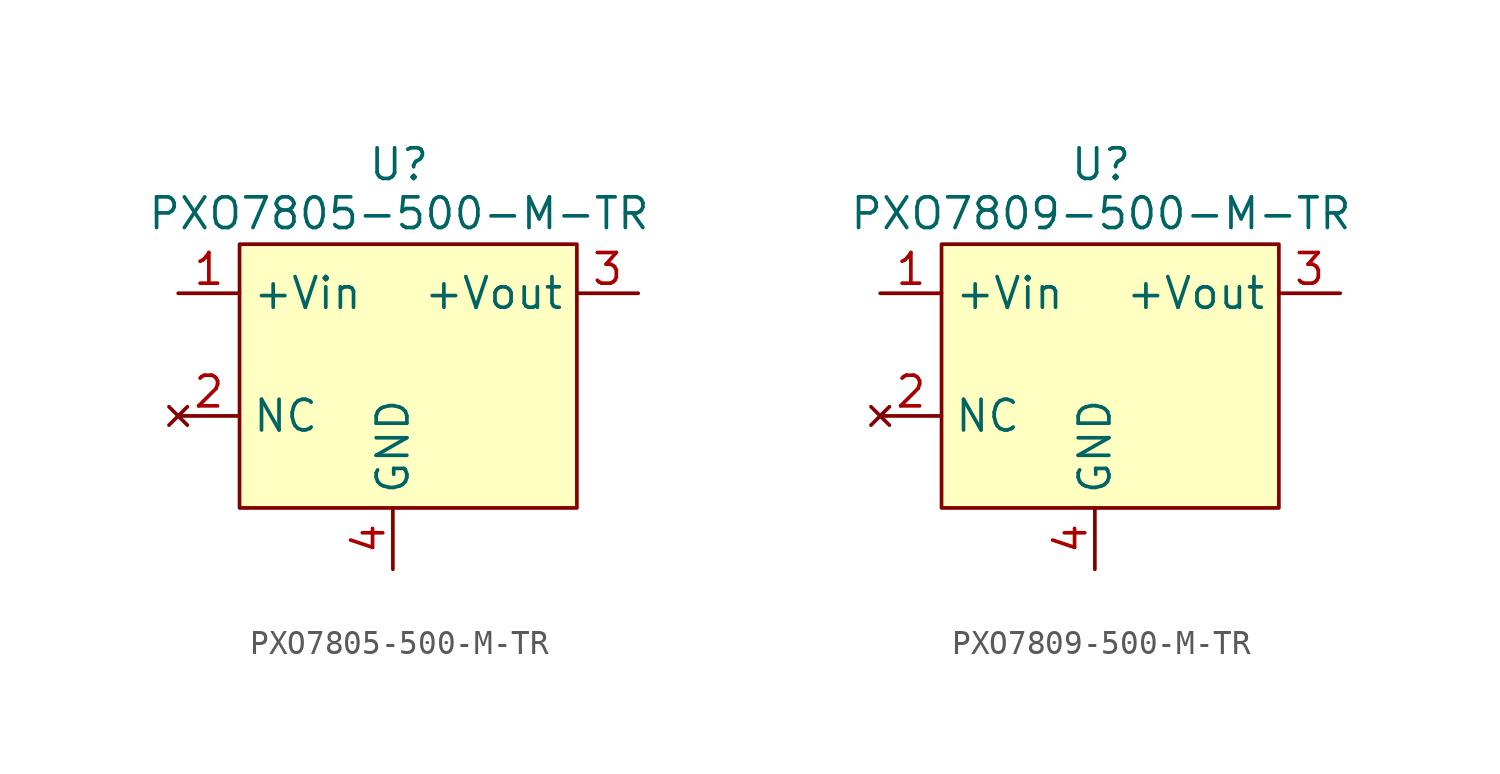
<source format=kicad_sym>
(kicad_symbol_lib
  (version 20220914)
  (generator kicad_symbol_editor)
  (symbol "PXO7805-500-M-TR"
    (property "Reference" "U"
      (at 0.254 7.874 0)
      (effects (font (size 1.27 1.27))))
    (property "Value" "PXO7805-500-M-TR"
      (at 0.254 5.842 0)
      (effects (font (size 1.27 1.27))))
    (symbol "PXO7805-500-M-TR_0_0"
      (pin power_in line (at -8.89 2.54 0) (length 2.54) (name "+Vin" (effects (font (size 1.27 1.27)))) (number "1" (effects (font (size 1.27 1.27)))))
      (pin no_connect line (at -8.89 -2.54 0) (length 2.54) (name "NC" (effects (font (size 1.27 1.27)))) (number "2" (effects (font (size 1.27 1.27)))))
      (pin power_out line (at 10.16 2.54 180) (length 2.54) (name "+Vout" (effects (font (size 1.27 1.27)))) (number "3" (effects (font (size 1.27 1.27)))))
      (pin power_in line (at 0 -8.89 90) (length 2.54) (name "GND" (effects (font (size 1.27 1.27)))) (number "4" (effects (font (size 1.27 1.27))))))
    (symbol "PXO7805-500-M-TR_1_1"
      (rectangle (start -6.35 4.572) (end 7.62 -6.35) (stroke (width 0) (type default)) (fill (type background)))))
  (symbol "PXO7809-500-M-TR"
    (property "Reference" "U"
      (at 0.254 7.874 0)
      (effects (font (size 1.27 1.27))))
    (property "Value" "PXO7809-500-M-TR"
      (at 0.254 5.842 0)
      (effects (font (size 1.27 1.27))))
    (symbol "PXO7809-500-M-TR_0_0"
      (pin power_in line (at -8.89 2.54 0) (length 2.54) (name "+Vin" (effects (font (size 1.27 1.27)))) (number "1" (effects (font (size 1.27 1.27)))))
      (pin no_connect line (at -8.89 -2.54 0) (length 2.54) (name "NC" (effects (font (size 1.27 1.27)))) (number "2" (effects (font (size 1.27 1.27)))))
      (pin power_out line (at 10.16 2.54 180) (length 2.54) (name "+Vout" (effects (font (size 1.27 1.27)))) (number "3" (effects (font (size 1.27 1.27)))))
      (pin power_in line (at 0 -8.89 90) (length 2.54) (name "GND" (effects (font (size 1.27 1.27)))) (number "4" (effects (font (size 1.27 1.27))))))
    (symbol "PXO7809-500-M-TR_1_1"
      (rectangle (start -6.35 4.572) (end 7.62 -6.35) (stroke (width 0) (type default)) (fill (type background))))))
</source>
